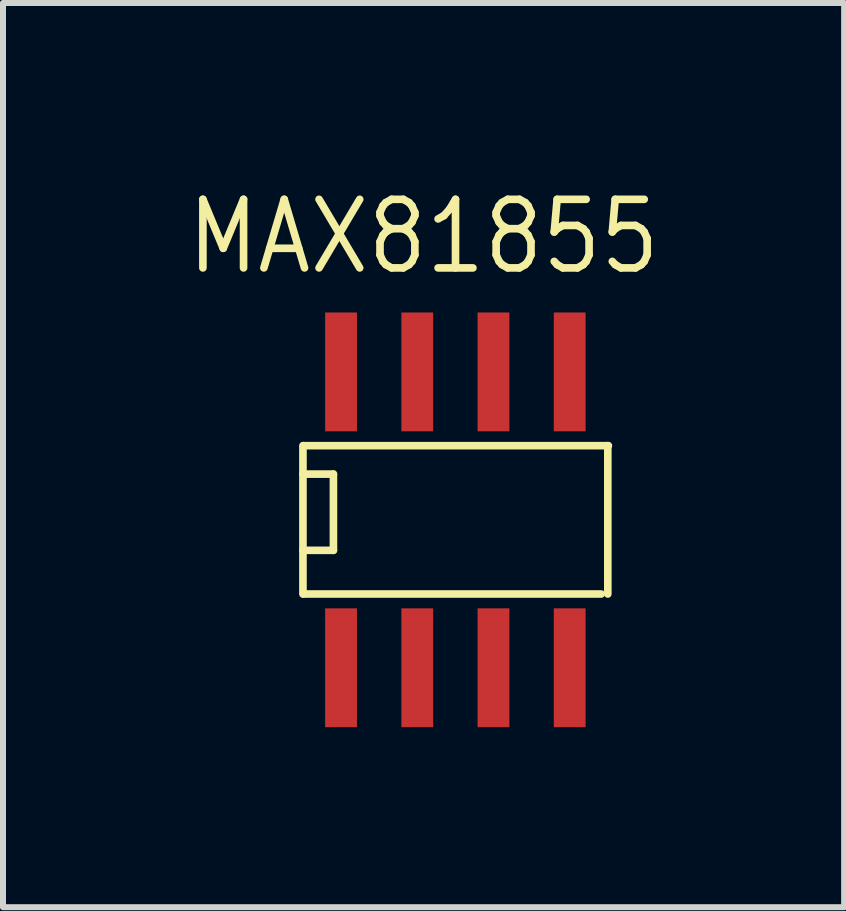
<source format=kicad_pcb>
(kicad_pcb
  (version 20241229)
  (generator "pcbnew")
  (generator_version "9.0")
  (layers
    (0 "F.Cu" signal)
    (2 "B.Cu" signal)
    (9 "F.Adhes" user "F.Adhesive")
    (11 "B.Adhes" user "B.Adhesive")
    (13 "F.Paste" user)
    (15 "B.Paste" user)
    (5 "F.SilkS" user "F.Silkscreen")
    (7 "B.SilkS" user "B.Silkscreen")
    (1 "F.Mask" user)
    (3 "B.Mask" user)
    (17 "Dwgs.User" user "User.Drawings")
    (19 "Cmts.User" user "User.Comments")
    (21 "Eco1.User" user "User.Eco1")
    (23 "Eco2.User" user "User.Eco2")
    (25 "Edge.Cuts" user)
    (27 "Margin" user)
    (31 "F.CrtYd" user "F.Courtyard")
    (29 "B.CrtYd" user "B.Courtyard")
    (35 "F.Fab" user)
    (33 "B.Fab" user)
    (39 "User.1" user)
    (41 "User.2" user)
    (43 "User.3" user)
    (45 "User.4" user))
  (footprint "MAX81855"
    (layer "F.Cu")
    (at 4.538 5.612)
    (property "Reference" "MAX81855" (at -0.53 -4.72 0) (layer "F.SilkS") (effects (font (size 1.143 1.016) (thickness 0.127))))
    (attr smd)
    (fp_line (start -2.54 -1.236) (end -2.54 1.236) (stroke (width 0.127) (type solid)) (layer "F.SilkS"))
    (fp_line (start -2.54 -0.762) (end -2.032 -0.762) (stroke (width 0.127) (type solid)) (layer "F.SilkS"))
    (fp_line (start -2.53 -1.236) (end 2.55 -1.236) (stroke (width 0.127) (type solid)) (layer "F.SilkS"))
    (fp_line (start -2.032 -0.762) (end -2.032 0.508) (stroke (width 0.127) (type solid)) (layer "F.SilkS"))
    (fp_line (start -2.032 0.508) (end -2.54 0.508) (stroke (width 0.127) (type solid)) (layer "F.SilkS"))
    (fp_line (start 2.43 1.236) (end -2.53 1.236) (stroke (width 0.127) (type solid)) (layer "F.SilkS"))
    (fp_line (start 2.54 -1.236) (end 2.54 1.236) (stroke (width 0.127) (type solid)) (layer "F.SilkS"))
    (pad "1" smd rect (at -1.905 2.465) (size 0.53 1.98) (layers "F.Cu" "F.Mask" "F.Paste"))
    (pad "2" smd rect (at -0.635 2.465) (size 0.53 1.98) (layers "F.Cu" "F.Mask" "F.Paste"))
    (pad "3" smd rect (at 0.635 2.465) (size 0.53 1.98) (layers "F.Cu" "F.Mask" "F.Paste"))
    (pad "4" smd rect (at 1.905 2.465) (size 0.53 1.98) (layers "F.Cu" "F.Mask" "F.Paste"))
    (pad "5" smd rect (at 1.905 -2.465) (size 0.53 1.98) (layers "F.Cu" "F.Mask" "F.Paste"))
    (pad "6" smd rect (at 0.635 -2.465) (size 0.53 1.98) (layers "F.Cu" "F.Mask" "F.Paste"))
    (pad "7" smd rect (at -0.635 -2.465) (size 0.53 1.98) (layers "F.Cu" "F.Mask" "F.Paste"))
    (pad "8" smd rect (at -1.905 -2.465) (size 0.53 1.98) (layers "F.Cu" "F.Mask" "F.Paste")))
  (gr_rect
    (start -3 -3)
    (end 11.016 12.067)
    (stroke (width 0.1) (type default))
    (fill no)
    (layer "Edge.Cuts")))
</source>
